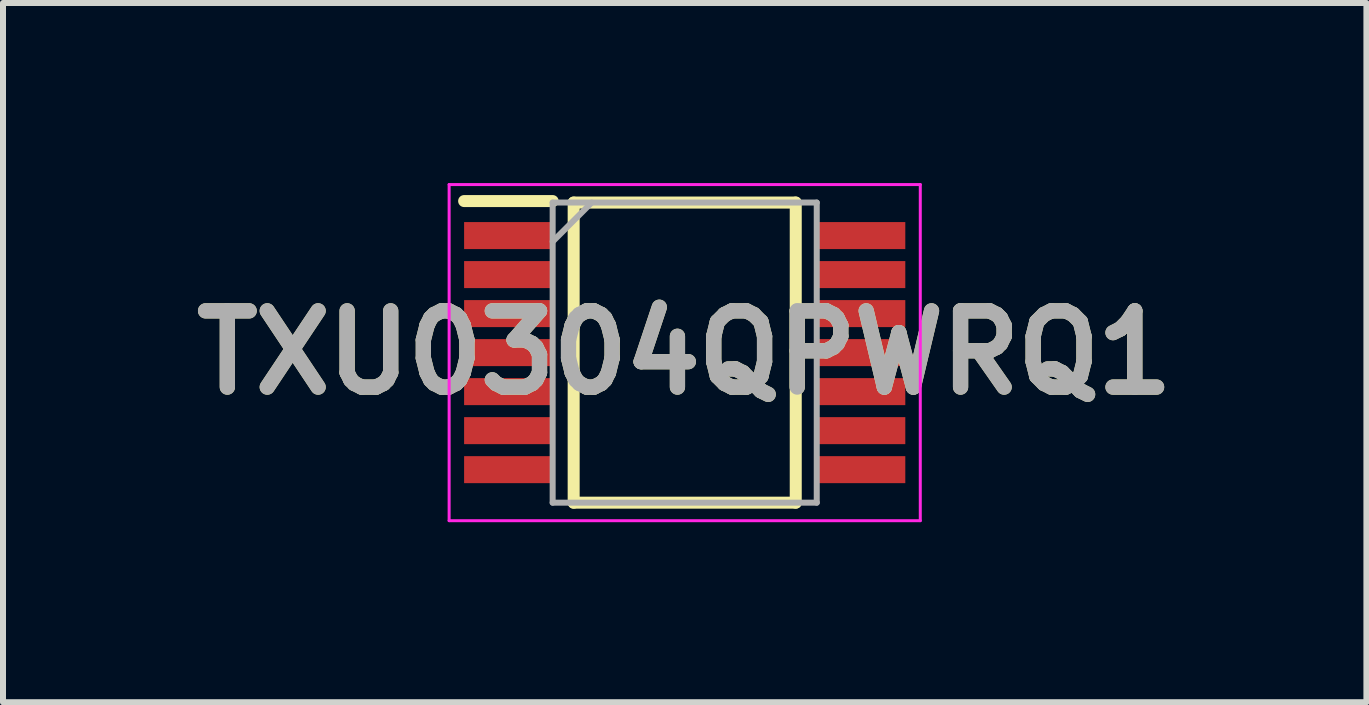
<source format=kicad_pcb>
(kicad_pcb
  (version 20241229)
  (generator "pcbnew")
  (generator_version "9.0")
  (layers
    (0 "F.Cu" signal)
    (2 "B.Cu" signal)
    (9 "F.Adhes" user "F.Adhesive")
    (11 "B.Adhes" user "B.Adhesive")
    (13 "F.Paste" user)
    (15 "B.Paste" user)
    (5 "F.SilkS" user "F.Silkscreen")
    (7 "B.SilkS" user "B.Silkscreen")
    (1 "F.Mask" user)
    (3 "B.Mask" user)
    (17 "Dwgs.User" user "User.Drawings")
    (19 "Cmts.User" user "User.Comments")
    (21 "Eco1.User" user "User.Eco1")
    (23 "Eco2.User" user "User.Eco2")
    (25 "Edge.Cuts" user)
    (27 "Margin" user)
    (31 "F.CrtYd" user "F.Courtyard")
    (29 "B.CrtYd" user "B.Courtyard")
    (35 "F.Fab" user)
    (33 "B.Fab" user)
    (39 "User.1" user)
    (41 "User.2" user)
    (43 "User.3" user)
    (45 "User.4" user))
  (footprint "TXU0304QPWRQ1"
    (layer "F.Cu")
    (at 8.358 2.825)
    (property "Reference" "TXU0304QPWRQ1" (at 0 0 0) (layer "F.SilkS") (effects (font (size 1.27 1.27) (thickness 0.254))))
    (attr smd)
    (fp_line (start -3.675 -2.525) (end -2.2 -2.525) (stroke (width 0.2) (type solid)) (layer "F.SilkS"))
    (fp_line (start -1.85 -2.5) (end 1.85 -2.5) (stroke (width 0.2) (type solid)) (layer "F.SilkS"))
    (fp_line (start -1.85 2.5) (end -1.85 -2.5) (stroke (width 0.2) (type solid)) (layer "F.SilkS"))
    (fp_line (start 1.85 -2.5) (end 1.85 2.5) (stroke (width 0.2) (type solid)) (layer "F.SilkS"))
    (fp_line (start 1.85 2.5) (end -1.85 2.5) (stroke (width 0.2) (type solid)) (layer "F.SilkS"))
    (fp_line (start -3.925 -2.8) (end 3.925 -2.8) (stroke (width 0.05) (type solid)) (layer "F.CrtYd"))
    (fp_line (start -3.925 2.8) (end -3.925 -2.8) (stroke (width 0.05) (type solid)) (layer "F.CrtYd"))
    (fp_line (start 3.925 -2.8) (end 3.925 2.8) (stroke (width 0.05) (type solid)) (layer "F.CrtYd"))
    (fp_line (start 3.925 2.8) (end -3.925 2.8) (stroke (width 0.05) (type solid)) (layer "F.CrtYd"))
    (fp_line (start -2.2 -2.5) (end 2.2 -2.5) (stroke (width 0.1) (type solid)) (layer "F.Fab"))
    (fp_line (start -2.2 -1.85) (end -1.55 -2.5) (stroke (width 0.1) (type solid)) (layer "F.Fab"))
    (fp_line (start -2.2 2.5) (end -2.2 -2.5) (stroke (width 0.1) (type solid)) (layer "F.Fab"))
    (fp_line (start 2.2 -2.5) (end 2.2 2.5) (stroke (width 0.1) (type solid)) (layer "F.Fab"))
    (fp_line (start 2.2 2.5) (end -2.2 2.5) (stroke (width 0.1) (type solid)) (layer "F.Fab"))
    (fp_text user "${REFERENCE}" (at 0 0 0) (layer "F.Fab") (effects (font (size 1.27 1.27) (thickness 0.254))))
    (pad "1" smd rect (at -2.938 -1.95 90) (size 0.45 1.475) (layers "F.Cu" "F.Mask" "F.Paste"))
    (pad "2" smd rect (at -2.938 -1.3 90) (size 0.45 1.475) (layers "F.Cu" "F.Mask" "F.Paste"))
    (pad "3" smd rect (at -2.938 -0.65 90) (size 0.45 1.475) (layers "F.Cu" "F.Mask" "F.Paste"))
    (pad "4" smd rect (at -2.938 0 90) (size 0.45 1.475) (layers "F.Cu" "F.Mask" "F.Paste"))
    (pad "5" smd rect (at -2.938 0.65 90) (size 0.45 1.475) (layers "F.Cu" "F.Mask" "F.Paste"))
    (pad "6" smd rect (at -2.938 1.3 90) (size 0.45 1.475) (layers "F.Cu" "F.Mask" "F.Paste"))
    (pad "7" smd rect (at -2.938 1.95 90) (size 0.45 1.475) (layers "F.Cu" "F.Mask" "F.Paste"))
    (pad "8" smd rect (at 2.938 1.95 90) (size 0.45 1.475) (layers "F.Cu" "F.Mask" "F.Paste"))
    (pad "9" smd rect (at 2.938 1.3 90) (size 0.45 1.475) (layers "F.Cu" "F.Mask" "F.Paste"))
    (pad "10" smd rect (at 2.938 0.65 90) (size 0.45 1.475) (layers "F.Cu" "F.Mask" "F.Paste"))
    (pad "11" smd rect (at 2.938 0 90) (size 0.45 1.475) (layers "F.Cu" "F.Mask" "F.Paste"))
    (pad "12" smd rect (at 2.938 -0.65 90) (size 0.45 1.475) (layers "F.Cu" "F.Mask" "F.Paste"))
    (pad "13" smd rect (at 2.938 -1.3 90) (size 0.45 1.475) (layers "F.Cu" "F.Mask" "F.Paste"))
    (pad "14" smd rect (at 2.938 -1.95 90) (size 0.45 1.475) (layers "F.Cu" "F.Mask" "F.Paste")))
  (gr_rect
    (start -3 -3)
    (end 19.716 8.65)
    (stroke (width 0.1) (type default))
    (fill no)
    (layer "Edge.Cuts")))
</source>
